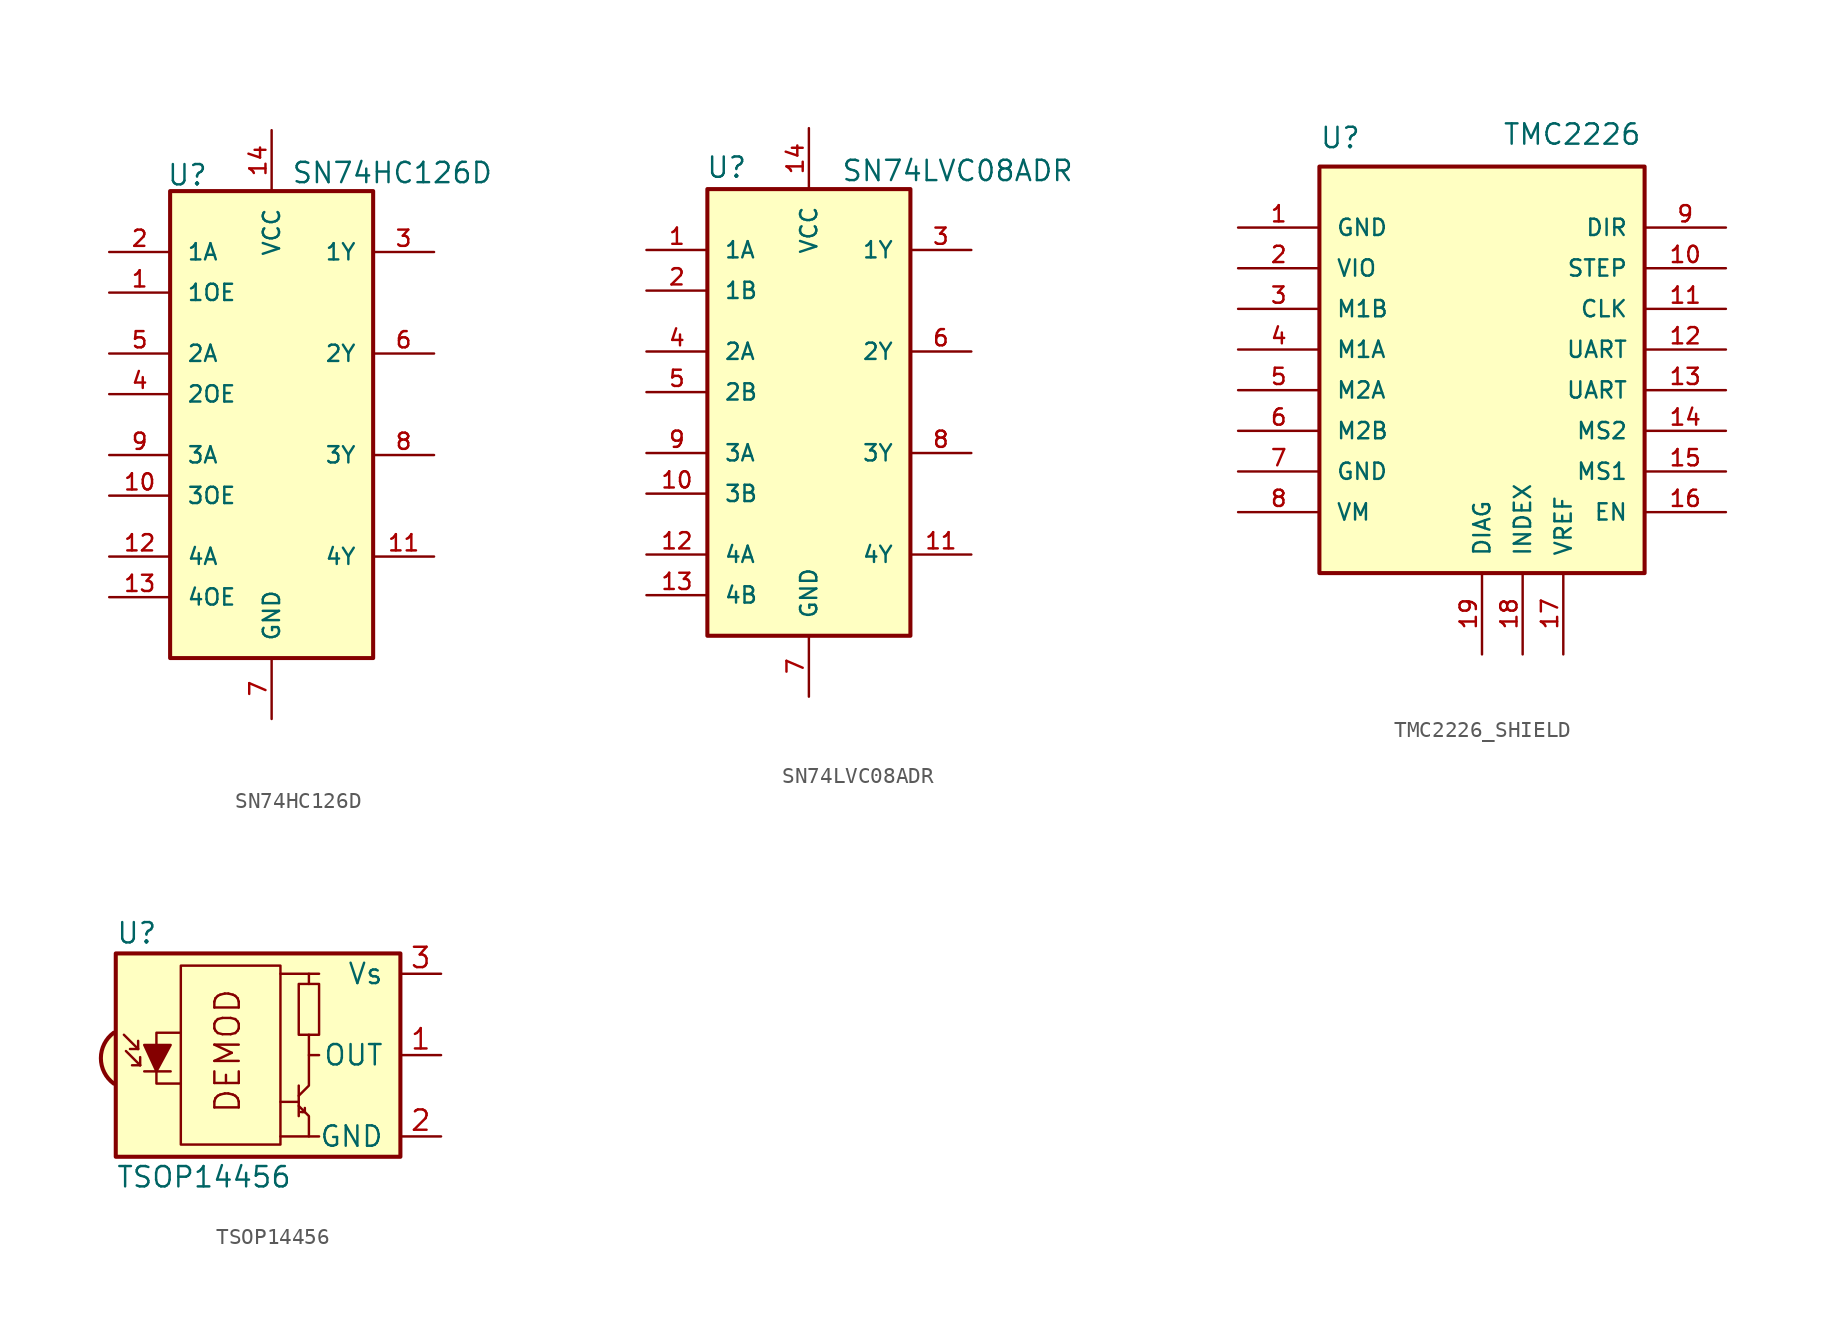
<source format=kicad_sym>
(kicad_symbol_lib
  (version 20220914)
  (generator kicad_symbol_editor)
  (symbol "SN74HC126D"
    (pin_names
      (offset 1.016))
    (property "Reference" "U"
      (at -6.581 14.229 0)
      (effects (font (size 1.27 1.27)) (justify left bottom)))
    (property "Value" "SN74HC126D"
      (at 1.222 14.367 0)
      (effects (font (size 1.27 1.27)) (justify left bottom)))
    (symbol "SN74HC126D_0_0"
      (rectangle (start -6.35 13.97) (end 6.35 -15.24) (stroke (width 0.254) (type default)) (fill (type background)))
      (pin input line (at -10.16 7.62 0) (length 3.81) (name "1OE" (effects (font (size 1.016 1.016)))) (number "1" (effects (font (size 1.016 1.016)))))
      (pin input line (at -10.16 -5.08 0) (length 3.81) (name "3OE" (effects (font (size 1.016 1.016)))) (number "10" (effects (font (size 1.016 1.016)))))
      (pin output line (at 10.16 -8.89 180) (length 3.81) (name "4Y" (effects (font (size 1.016 1.016)))) (number "11" (effects (font (size 1.016 1.016)))))
      (pin input line (at -10.16 -8.89 0) (length 3.81) (name "4A" (effects (font (size 1.016 1.016)))) (number "12" (effects (font (size 1.016 1.016)))))
      (pin input line (at -10.16 -11.43 0) (length 3.81) (name "4OE" (effects (font (size 1.016 1.016)))) (number "13" (effects (font (size 1.016 1.016)))))
      (pin power_in line (at 0 17.78 270) (length 3.81) (name "VCC" (effects (font (size 1.016 1.016)))) (number "14" (effects (font (size 1.016 1.016)))))
      (pin input line (at -10.16 10.16 0) (length 3.81) (name "1A" (effects (font (size 1.016 1.016)))) (number "2" (effects (font (size 1.016 1.016)))))
      (pin output line (at 10.16 10.16 180) (length 3.81) (name "1Y" (effects (font (size 1.016 1.016)))) (number "3" (effects (font (size 1.016 1.016)))))
      (pin input line (at -10.16 1.27 0) (length 3.81) (name "2OE" (effects (font (size 1.016 1.016)))) (number "4" (effects (font (size 1.016 1.016)))))
      (pin input line (at -10.16 3.81 0) (length 3.81) (name "2A" (effects (font (size 1.016 1.016)))) (number "5" (effects (font (size 1.016 1.016)))))
      (pin output line (at 10.16 3.81 180) (length 3.81) (name "2Y" (effects (font (size 1.016 1.016)))) (number "6" (effects (font (size 1.016 1.016)))))
      (pin power_in line (at 0 -19.05 90) (length 3.81) (name "GND" (effects (font (size 1.016 1.016)))) (number "7" (effects (font (size 1.016 1.016)))))
      (pin output line (at 10.16 -2.54 180) (length 3.81) (name "3Y" (effects (font (size 1.016 1.016)))) (number "8" (effects (font (size 1.016 1.016)))))
      (pin input line (at -10.16 -2.54 0) (length 3.81) (name "3A" (effects (font (size 1.016 1.016)))) (number "9" (effects (font (size 1.016 1.016)))))))
  (symbol "SN74LVC08ADR"
    (pin_names
      (offset 1.016))
    (property "Reference" "U"
      (at -6.453 14.577 0)
      (effects (font (size 1.27 1.27)) (justify left bottom)))
    (property "Value" "SN74LVC08ADR"
      (at 2.007 14.37 0)
      (effects (font (size 1.27 1.27)) (justify left bottom)))
    (symbol "SN74LVC08ADR_0_0"
      (rectangle (start -6.35 13.97) (end 6.35 -13.97) (stroke (width 0.254) (type default)) (fill (type background)))
      (pin input line (at -10.16 10.16 0) (length 3.81) (name "1A" (effects (font (size 1.016 1.016)))) (number "1" (effects (font (size 1.016 1.016)))))
      (pin input line (at -10.16 -5.08 0) (length 3.81) (name "3B" (effects (font (size 1.016 1.016)))) (number "10" (effects (font (size 1.016 1.016)))))
      (pin output line (at 10.16 -8.89 180) (length 3.81) (name "4Y" (effects (font (size 1.016 1.016)))) (number "11" (effects (font (size 1.016 1.016)))))
      (pin input line (at -10.16 -8.89 0) (length 3.81) (name "4A" (effects (font (size 1.016 1.016)))) (number "12" (effects (font (size 1.016 1.016)))))
      (pin input line (at -10.16 -11.43 0) (length 3.81) (name "4B" (effects (font (size 1.016 1.016)))) (number "13" (effects (font (size 1.016 1.016)))))
      (pin power_in line (at 0 17.78 270) (length 3.81) (name "VCC" (effects (font (size 1.016 1.016)))) (number "14" (effects (font (size 1.016 1.016)))))
      (pin input line (at -10.16 7.62 0) (length 3.81) (name "1B" (effects (font (size 1.016 1.016)))) (number "2" (effects (font (size 1.016 1.016)))))
      (pin output line (at 10.16 10.16 180) (length 3.81) (name "1Y" (effects (font (size 1.016 1.016)))) (number "3" (effects (font (size 1.016 1.016)))))
      (pin input line (at -10.16 3.81 0) (length 3.81) (name "2A" (effects (font (size 1.016 1.016)))) (number "4" (effects (font (size 1.016 1.016)))))
      (pin input line (at -10.16 1.27 0) (length 3.81) (name "2B" (effects (font (size 1.016 1.016)))) (number "5" (effects (font (size 1.016 1.016)))))
      (pin output line (at 10.16 3.81 180) (length 3.81) (name "2Y" (effects (font (size 1.016 1.016)))) (number "6" (effects (font (size 1.016 1.016)))))
      (pin power_in line (at 0 -17.78 90) (length 3.81) (name "GND" (effects (font (size 1.016 1.016)))) (number "7" (effects (font (size 1.016 1.016)))))
      (pin output line (at 10.16 -2.54 180) (length 3.81) (name "3Y" (effects (font (size 1.016 1.016)))) (number "8" (effects (font (size 1.016 1.016)))))
      (pin input line (at -10.16 -2.54 0) (length 3.81) (name "3A" (effects (font (size 1.016 1.016)))) (number "9" (effects (font (size 1.016 1.016)))))))
  (symbol "TMC2226_SHIELD"
    (pin_names
      (offset 1.016))
    (property "Reference" "U"
      (at -10.16 15.24 0)
      (effects (font (size 1.27 1.27)) (justify left top)))
    (property "Value" "TMC2226"
      (at 1.27 13.97 0)
      (effects (font (size 1.27 1.27)) (justify left bottom)))
    (symbol "TMC2226_SHIELD_0_0"
      (rectangle (start -10.16 12.7) (end 10.16 -12.7) (stroke (width 0.254) (type default)) (fill (type background)))
      (pin power_in line (at -15.24 8.89 0) (length 5.08) (name "GND" (effects (font (size 1.016 1.016)))) (number "1" (effects (font (size 1.016 1.016)))))
      (pin input line (at 15.24 6.35 180) (length 5.08) (name "STEP" (effects (font (size 1.016 1.016)))) (number "10" (effects (font (size 1.016 1.016)))))
      (pin bidirectional line (at 15.24 1.27 180) (length 5.08) (name "UART" (effects (font (size 1.016 1.016)))) (number "12" (effects (font (size 1.016 1.016)))))
      (pin input line (at 15.24 -3.81 180) (length 5.08) (name "MS2" (effects (font (size 1.016 1.016)))) (number "14" (effects (font (size 1.016 1.016)))))
      (pin input line (at 15.24 -6.35 180) (length 5.08) (name "MS1" (effects (font (size 1.016 1.016)))) (number "15" (effects (font (size 1.016 1.016)))))
      (pin power_in line (at -15.24 6.35 0) (length 5.08) (name "VIO" (effects (font (size 1.016 1.016)))) (number "2" (effects (font (size 1.016 1.016)))))
      (pin output line (at -15.24 3.81 0) (length 5.08) (name "M1B" (effects (font (size 1.016 1.016)))) (number "3" (effects (font (size 1.016 1.016)))))
      (pin output line (at -15.24 1.27 0) (length 5.08) (name "M1A" (effects (font (size 1.016 1.016)))) (number "4" (effects (font (size 1.016 1.016)))))
      (pin output line (at -15.24 -1.27 0) (length 5.08) (name "M2A" (effects (font (size 1.016 1.016)))) (number "5" (effects (font (size 1.016 1.016)))))
      (pin output line (at -15.24 -3.81 0) (length 5.08) (name "M2B" (effects (font (size 1.016 1.016)))) (number "6" (effects (font (size 1.016 1.016)))))
      (pin power_in line (at -15.24 -6.35 0) (length 5.08) (name "GND" (effects (font (size 1.016 1.016)))) (number "7" (effects (font (size 1.016 1.016)))))
      (pin power_in line (at -15.24 -8.89 0) (length 5.08) (name "VM" (effects (font (size 1.016 1.016)))) (number "8" (effects (font (size 1.016 1.016)))))
      (pin input line (at 15.24 8.89 180) (length 5.08) (name "DIR" (effects (font (size 1.016 1.016)))) (number "9" (effects (font (size 1.016 1.016))))))
    (symbol "TMC2226_SHIELD_1_0"
      (pin input line (at 15.24 3.81 180) (length 5.08) (name "CLK" (effects (font (size 1.016 1.016)))) (number "11" (effects (font (size 1.016 1.016)))))
      (pin input line (at 15.24 -1.27 180) (length 5.08) (name "UART" (effects (font (size 1.016 1.016)))) (number "13" (effects (font (size 1.016 1.016)))))
      (pin input line (at 15.24 -8.89 180) (length 5.08) (name "EN" (effects (font (size 1.016 1.016)))) (number "16" (effects (font (size 1.016 1.016)))))
      (pin output line (at 5.08 -17.78 90) (length 5.08) (name "VREF" (effects (font (size 1.016 1.016)))) (number "17" (effects (font (size 1.016 1.016)))))
      (pin output line (at 2.54 -17.78 90) (length 5.08) (name "INDEX" (effects (font (size 1.016 1.016)))) (number "18" (effects (font (size 1.016 1.016)))))
      (pin output line (at 0 -17.78 90) (length 5.08) (name "DIAG" (effects (font (size 1.016 1.016)))) (number "19" (effects (font (size 1.016 1.016)))))))
  (symbol "TSOP14456"
    (pin_names
      (offset 1.016))
    (property "Reference" "U"
      (at -10.16 7.62 0)
      (effects (font (size 1.27 1.27)) (justify left)))
    (property "Value" "TSOP14456"
      (at -10.16 -7.62 0)
      (effects (font (size 1.27 1.27)) (justify left)))
    (symbol "TSOP14456_0_0"
      (arc (start -10.287 1.397) (mid -11.0899 -0.1852) (end -10.287 -1.778) (stroke (width 0.254) (type default)) (fill (type background)))
      (polyline (pts (xy 1.905 -5.08) (xy 0.127 -5.08)) (stroke (width 0) (type default)) (fill (type none)))
      (polyline (pts (xy 1.905 5.08) (xy 0.127 5.08)) (stroke (width 0) (type default)) (fill (type none)))
      (text "DEMOD" (at -3.175 0.254 900) (effects (font (size 1.524 1.524)))))
    (symbol "TSOP14456_0_1"
      (rectangle (start -6.096 5.588) (end 0.127 -5.588) (stroke (width 0) (type default)) (fill (type none)))
      (polyline (pts (xy -8.763 0.381) (xy -9.652 1.27)) (stroke (width 0) (type default)) (fill (type none)))
      (polyline (pts (xy -8.763 0.381) (xy -9.271 0.381)) (stroke (width 0) (type default)) (fill (type none)))
      (polyline (pts (xy -8.763 0.381) (xy -8.763 0.889)) (stroke (width 0) (type default)) (fill (type none)))
      (polyline (pts (xy -8.636 -0.635) (xy -9.525 0.254)) (stroke (width 0) (type default)) (fill (type none)))
      (polyline (pts (xy -8.636 -0.635) (xy -9.144 -0.635)) (stroke (width 0) (type default)) (fill (type none)))
      (polyline (pts (xy -8.636 -0.635) (xy -8.636 -0.127)) (stroke (width 0) (type default)) (fill (type none)))
      (polyline (pts (xy -8.382 -1.016) (xy -6.731 -1.016)) (stroke (width 0) (type default)) (fill (type none)))
      (polyline (pts (xy 1.27 -2.921) (xy 0.127 -2.921)) (stroke (width 0) (type default)) (fill (type none)))
      (polyline (pts (xy 1.27 -1.905) (xy 1.27 -3.81)) (stroke (width 0) (type default)) (fill (type none)))
      (polyline (pts (xy 1.397 -3.556) (xy 1.524 -3.556)) (stroke (width 0) (type default)) (fill (type none)))
      (polyline (pts (xy 1.651 -3.556) (xy 1.524 -3.556)) (stroke (width 0) (type default)) (fill (type none)))
      (polyline (pts (xy 1.651 -3.556) (xy 1.651 -3.302)) (stroke (width 0) (type default)) (fill (type none)))
      (polyline (pts (xy 1.905 0) (xy 1.905 1.27)) (stroke (width 0) (type default)) (fill (type none)))
      (polyline (pts (xy 1.905 4.445) (xy 1.905 5.08) (xy 2.54 5.08)) (stroke (width 0) (type default)) (fill (type none)))
      (polyline (pts (xy -8.382 0.635) (xy -6.731 0.635) (xy -7.62 -1.016) (xy -8.382 0.635)) (stroke (width 0) (type default)) (fill (type outline)))
      (polyline (pts (xy -6.096 1.397) (xy -7.62 1.397) (xy -7.62 -1.778) (xy -6.096 -1.778)) (stroke (width 0) (type default)) (fill (type none)))
      (polyline (pts (xy 1.27 -3.175) (xy 1.905 -3.81) (xy 1.905 -5.08) (xy 2.54 -5.08)) (stroke (width 0) (type default)) (fill (type none)))
      (polyline (pts (xy 1.27 -2.54) (xy 1.905 -1.905) (xy 1.905 0) (xy 2.54 0)) (stroke (width 0) (type default)) (fill (type none)))
      (rectangle (start 2.54 1.27) (end 1.27 4.445) (stroke (width 0) (type default)) (fill (type none)))
      (rectangle (start 7.62 6.35) (end -10.16 -6.35) (stroke (width 0.254) (type default)) (fill (type background))))
    (symbol "TSOP14456_1_1"
      (pin output line (at 10.16 0 180) (length 2.54) (name "OUT" (effects (font (size 1.27 1.27)))) (number "1" (effects (font (size 1.27 1.27)))))
      (pin power_in line (at 10.16 -5.08 180) (length 2.54) (name "GND" (effects (font (size 1.27 1.27)))) (number "2" (effects (font (size 1.27 1.27)))))
      (pin power_in line (at 10.16 5.08 180) (length 2.54) (name "Vs" (effects (font (size 1.27 1.27)))) (number "3" (effects (font (size 1.27 1.27))))))))
</source>
